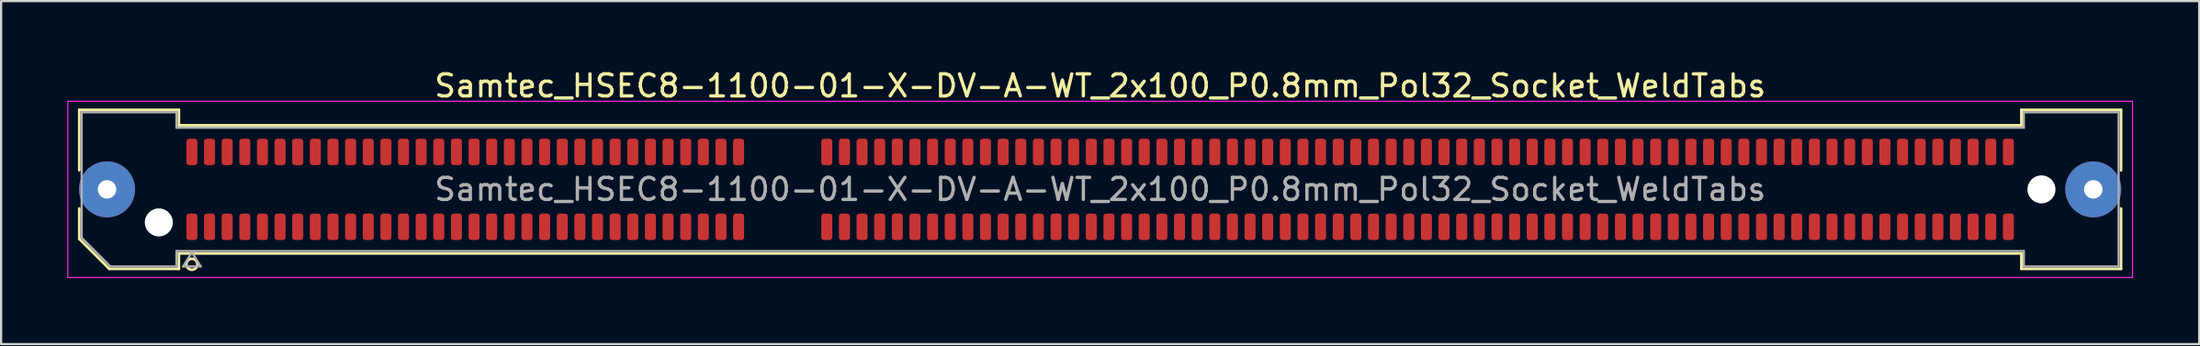
<source format=kicad_pcb>
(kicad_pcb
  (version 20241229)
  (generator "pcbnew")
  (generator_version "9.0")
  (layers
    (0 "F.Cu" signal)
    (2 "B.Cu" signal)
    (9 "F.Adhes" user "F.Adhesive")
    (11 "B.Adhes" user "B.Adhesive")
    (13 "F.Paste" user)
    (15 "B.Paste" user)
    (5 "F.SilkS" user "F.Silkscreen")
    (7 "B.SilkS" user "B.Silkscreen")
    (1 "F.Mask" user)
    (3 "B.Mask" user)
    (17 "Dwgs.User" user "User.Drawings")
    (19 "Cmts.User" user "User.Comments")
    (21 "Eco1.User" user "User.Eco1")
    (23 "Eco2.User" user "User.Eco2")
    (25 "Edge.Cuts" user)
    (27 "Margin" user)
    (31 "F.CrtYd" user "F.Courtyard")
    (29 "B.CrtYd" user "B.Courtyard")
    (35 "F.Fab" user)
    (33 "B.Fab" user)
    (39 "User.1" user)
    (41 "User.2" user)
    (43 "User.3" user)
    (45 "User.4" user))
  (footprint "Samtec_HSEC8-1100-01-X-DV-A-WT_2x100_P0.8mm_Pol32_Socket_WeldTabs"
    (layer "F.Cu")
    (at 46.855 5.548)
    (property "Reference" "Samtec_HSEC8-1100-01-X-DV-A-WT_2x100_P0.8mm_Pol32_Socket_WeldTabs" (at 0 -4.7 0) (layer "F.SilkS") (effects (font (size 1 1) (thickness 0.15))))
    (attr smd)
    (fp_line (start -46.31 -3.61) (end -41.79 -3.61) (stroke (width 0.12) (type solid)) (layer "F.SilkS"))
    (fp_line (start -46.31 -0.868) (end -46.31 -3.61) (stroke (width 0.12) (type solid)) (layer "F.SilkS"))
    (fp_line (start -46.31 2.246) (end -46.31 0.868) (stroke (width 0.12) (type solid)) (layer "F.SilkS"))
    (fp_line (start -44.946 3.61) (end -46.31 2.246) (stroke (width 0.12) (type solid)) (layer "F.SilkS"))
    (fp_line (start -41.79 -3.61) (end -41.79 -2.91) (stroke (width 0.12) (type solid)) (layer "F.SilkS"))
    (fp_line (start -41.79 -2.91) (end 41.79 -2.91) (stroke (width 0.12) (type solid)) (layer "F.SilkS"))
    (fp_line (start -41.79 2.91) (end -41.79 3.61) (stroke (width 0.12) (type solid)) (layer "F.SilkS"))
    (fp_line (start -41.79 3.61) (end -44.946 3.61) (stroke (width 0.12) (type solid)) (layer "F.SilkS"))
    (fp_line (start 41.79 -3.61) (end 46.31 -3.61) (stroke (width 0.12) (type solid)) (layer "F.SilkS"))
    (fp_line (start 41.79 -2.91) (end 41.79 -3.61) (stroke (width 0.12) (type solid)) (layer "F.SilkS"))
    (fp_line (start 41.79 2.91) (end -41.79 2.91) (stroke (width 0.12) (type solid)) (layer "F.SilkS"))
    (fp_line (start 41.79 3.61) (end 41.79 2.91) (stroke (width 0.12) (type solid)) (layer "F.SilkS"))
    (fp_line (start 46.31 -3.61) (end 46.31 -0.868) (stroke (width 0.12) (type solid)) (layer "F.SilkS"))
    (fp_line (start 46.31 0.868) (end 46.31 3.61) (stroke (width 0.12) (type solid)) (layer "F.SilkS"))
    (fp_line (start 46.31 3.61) (end 41.79 3.61) (stroke (width 0.12) (type solid)) (layer "F.SilkS"))
    (fp_arc (start -40.95 3.4) (mid -41.45 3.4) (end -40.95 3.4) (stroke (width 0.12) (type solid)) (layer "F.SilkS"))
    (fp_line (start -46.83 -4) (end -46.83 4) (stroke (width 0.05) (type solid)) (layer "F.CrtYd"))
    (fp_line (start -46.83 4) (end 46.83 4) (stroke (width 0.05) (type solid)) (layer "F.CrtYd"))
    (fp_line (start 46.83 -4) (end -46.83 -4) (stroke (width 0.05) (type solid)) (layer "F.CrtYd"))
    (fp_line (start 46.83 4) (end 46.83 -4) (stroke (width 0.05) (type solid)) (layer "F.CrtYd"))
    (fp_line (start -46.2 -3.5) (end -41.9 -3.5) (stroke (width 0.1) (type solid)) (layer "F.Fab"))
    (fp_line (start -46.2 2.2) (end -46.2 -3.5) (stroke (width 0.1) (type solid)) (layer "F.Fab"))
    (fp_line (start -44.9 3.5) (end -46.2 2.2) (stroke (width 0.1) (type solid)) (layer "F.Fab"))
    (fp_line (start -41.9 -3.5) (end -41.9 -2.8) (stroke (width 0.1) (type solid)) (layer "F.Fab"))
    (fp_line (start -41.9 -2.8) (end 41.9 -2.8) (stroke (width 0.1) (type solid)) (layer "F.Fab"))
    (fp_line (start -41.9 2.8) (end -41.9 3.5) (stroke (width 0.1) (type solid)) (layer "F.Fab"))
    (fp_line (start -41.9 3.5) (end -44.9 3.5) (stroke (width 0.1) (type solid)) (layer "F.Fab"))
    (fp_line (start -41.6 3.5) (end -41.2 2.86) (stroke (width 0.1) (type solid)) (layer "F.Fab"))
    (fp_line (start -41.2 2.86) (end -40.8 3.5) (stroke (width 0.1) (type solid)) (layer "F.Fab"))
    (fp_line (start -40.8 3.5) (end -41.6 3.5) (stroke (width 0.1) (type solid)) (layer "F.Fab"))
    (fp_line (start 41.9 -3.5) (end 46.2 -3.5) (stroke (width 0.1) (type solid)) (layer "F.Fab"))
    (fp_line (start 41.9 -2.8) (end 41.9 -3.5) (stroke (width 0.1) (type solid)) (layer "F.Fab"))
    (fp_line (start 41.9 2.8) (end -41.9 2.8) (stroke (width 0.1) (type solid)) (layer "F.Fab"))
    (fp_line (start 41.9 3.5) (end 41.9 2.8) (stroke (width 0.1) (type solid)) (layer "F.Fab"))
    (fp_line (start 46.2 -3.5) (end 46.2 3.5) (stroke (width 0.1) (type solid)) (layer "F.Fab"))
    (fp_line (start 46.2 3.5) (end 41.9 3.5) (stroke (width 0.1) (type solid)) (layer "F.Fab"))
    (fp_text user "${REFERENCE}" (at 0 0 0) (layer "F.Fab") (effects (font (size 1 1) (thickness 0.15))))
    (pad "" thru_hole circle (at -45.05 0) (size 2.54 2.54) (drill 0.84) (layers "*.Cu" "*.Mask" "F.Paste"))
    (pad "" np_thru_hole circle (at -42.7 1.5) (size 1.27 1.27) (drill 1.27) (layers "*.Cu" "*.Mask"))
    (pad "" np_thru_hole circle (at 42.7 0) (size 1.27 1.27) (drill 1.27) (layers "*.Cu" "*.Mask"))
    (pad "" thru_hole circle (at 45.05 0) (size 2.54 2.54) (drill 0.84) (layers "*.Cu" "*.Mask" "F.Paste"))
    (pad "1" smd roundrect (at -41.2 1.7) (size 0.5 1.2) (layers "F.Cu" "F.Mask" "F.Paste") (roundrect_rratio 0.25))
    (pad "2" smd roundrect (at -41.2 -1.7) (size 0.5 1.2) (layers "F.Cu" "F.Mask" "F.Paste") (roundrect_rratio 0.25))
    (pad "3" smd roundrect (at -40.4 1.7) (size 0.5 1.2) (layers "F.Cu" "F.Mask" "F.Paste") (roundrect_rratio 0.25))
    (pad "4" smd roundrect (at -40.4 -1.7) (size 0.5 1.2) (layers "F.Cu" "F.Mask" "F.Paste") (roundrect_rratio 0.25))
    (pad "5" smd roundrect (at -39.6 1.7) (size 0.5 1.2) (layers "F.Cu" "F.Mask" "F.Paste") (roundrect_rratio 0.25))
    (pad "6" smd roundrect (at -39.6 -1.7) (size 0.5 1.2) (layers "F.Cu" "F.Mask" "F.Paste") (roundrect_rratio 0.25))
    (pad "7" smd roundrect (at -38.8 1.7) (size 0.5 1.2) (layers "F.Cu" "F.Mask" "F.Paste") (roundrect_rratio 0.25))
    (pad "8" smd roundrect (at -38.8 -1.7) (size 0.5 1.2) (layers "F.Cu" "F.Mask" "F.Paste") (roundrect_rratio 0.25))
    (pad "9" smd roundrect (at -38 1.7) (size 0.5 1.2) (layers "F.Cu" "F.Mask" "F.Paste") (roundrect_rratio 0.25))
    (pad "10" smd roundrect (at -38 -1.7) (size 0.5 1.2) (layers "F.Cu" "F.Mask" "F.Paste") (roundrect_rratio 0.25))
    (pad "11" smd roundrect (at -37.2 1.7) (size 0.5 1.2) (layers "F.Cu" "F.Mask" "F.Paste") (roundrect_rratio 0.25))
    (pad "12" smd roundrect (at -37.2 -1.7) (size 0.5 1.2) (layers "F.Cu" "F.Mask" "F.Paste") (roundrect_rratio 0.25))
    (pad "13" smd roundrect (at -36.4 1.7) (size 0.5 1.2) (layers "F.Cu" "F.Mask" "F.Paste") (roundrect_rratio 0.25))
    (pad "14" smd roundrect (at -36.4 -1.7) (size 0.5 1.2) (layers "F.Cu" "F.Mask" "F.Paste") (roundrect_rratio 0.25))
    (pad "15" smd roundrect (at -35.6 1.7) (size 0.5 1.2) (layers "F.Cu" "F.Mask" "F.Paste") (roundrect_rratio 0.25))
    (pad "16" smd roundrect (at -35.6 -1.7) (size 0.5 1.2) (layers "F.Cu" "F.Mask" "F.Paste") (roundrect_rratio 0.25))
    (pad "17" smd roundrect (at -34.8 1.7) (size 0.5 1.2) (layers "F.Cu" "F.Mask" "F.Paste") (roundrect_rratio 0.25))
    (pad "18" smd roundrect (at -34.8 -1.7) (size 0.5 1.2) (layers "F.Cu" "F.Mask" "F.Paste") (roundrect_rratio 0.25))
    (pad "19" smd roundrect (at -34 1.7) (size 0.5 1.2) (layers "F.Cu" "F.Mask" "F.Paste") (roundrect_rratio 0.25))
    (pad "20" smd roundrect (at -34 -1.7) (size 0.5 1.2) (layers "F.Cu" "F.Mask" "F.Paste") (roundrect_rratio 0.25))
    (pad "21" smd roundrect (at -33.2 1.7) (size 0.5 1.2) (layers "F.Cu" "F.Mask" "F.Paste") (roundrect_rratio 0.25))
    (pad "22" smd roundrect (at -33.2 -1.7) (size 0.5 1.2) (layers "F.Cu" "F.Mask" "F.Paste") (roundrect_rratio 0.25))
    (pad "23" smd roundrect (at -32.4 1.7) (size 0.5 1.2) (layers "F.Cu" "F.Mask" "F.Paste") (roundrect_rratio 0.25))
    (pad "24" smd roundrect (at -32.4 -1.7) (size 0.5 1.2) (layers "F.Cu" "F.Mask" "F.Paste") (roundrect_rratio 0.25))
    (pad "25" smd roundrect (at -31.6 1.7) (size 0.5 1.2) (layers "F.Cu" "F.Mask" "F.Paste") (roundrect_rratio 0.25))
    (pad "26" smd roundrect (at -31.6 -1.7) (size 0.5 1.2) (layers "F.Cu" "F.Mask" "F.Paste") (roundrect_rratio 0.25))
    (pad "27" smd roundrect (at -30.8 1.7) (size 0.5 1.2) (layers "F.Cu" "F.Mask" "F.Paste") (roundrect_rratio 0.25))
    (pad "28" smd roundrect (at -30.8 -1.7) (size 0.5 1.2) (layers "F.Cu" "F.Mask" "F.Paste") (roundrect_rratio 0.25))
    (pad "29" smd roundrect (at -30 1.7) (size 0.5 1.2) (layers "F.Cu" "F.Mask" "F.Paste") (roundrect_rratio 0.25))
    (pad "30" smd roundrect (at -30 -1.7) (size 0.5 1.2) (layers "F.Cu" "F.Mask" "F.Paste") (roundrect_rratio 0.25))
    (pad "31" smd roundrect (at -29.2 1.7) (size 0.5 1.2) (layers "F.Cu" "F.Mask" "F.Paste") (roundrect_rratio 0.25))
    (pad "32" smd roundrect (at -29.2 -1.7) (size 0.5 1.2) (layers "F.Cu" "F.Mask" "F.Paste") (roundrect_rratio 0.25))
    (pad "33" smd roundrect (at -28.4 1.7) (size 0.5 1.2) (layers "F.Cu" "F.Mask" "F.Paste") (roundrect_rratio 0.25))
    (pad "34" smd roundrect (at -28.4 -1.7) (size 0.5 1.2) (layers "F.Cu" "F.Mask" "F.Paste") (roundrect_rratio 0.25))
    (pad "35" smd roundrect (at -27.6 1.7) (size 0.5 1.2) (layers "F.Cu" "F.Mask" "F.Paste") (roundrect_rratio 0.25))
    (pad "36" smd roundrect (at -27.6 -1.7) (size 0.5 1.2) (layers "F.Cu" "F.Mask" "F.Paste") (roundrect_rratio 0.25))
    (pad "37" smd roundrect (at -26.8 1.7) (size 0.5 1.2) (layers "F.Cu" "F.Mask" "F.Paste") (roundrect_rratio 0.25))
    (pad "38" smd roundrect (at -26.8 -1.7) (size 0.5 1.2) (layers "F.Cu" "F.Mask" "F.Paste") (roundrect_rratio 0.25))
    (pad "39" smd roundrect (at -26 1.7) (size 0.5 1.2) (layers "F.Cu" "F.Mask" "F.Paste") (roundrect_rratio 0.25))
    (pad "40" smd roundrect (at -26 -1.7) (size 0.5 1.2) (layers "F.Cu" "F.Mask" "F.Paste") (roundrect_rratio 0.25))
    (pad "41" smd roundrect (at -25.2 1.7) (size 0.5 1.2) (layers "F.Cu" "F.Mask" "F.Paste") (roundrect_rratio 0.25))
    (pad "42" smd roundrect (at -25.2 -1.7) (size 0.5 1.2) (layers "F.Cu" "F.Mask" "F.Paste") (roundrect_rratio 0.25))
    (pad "43" smd roundrect (at -24.4 1.7) (size 0.5 1.2) (layers "F.Cu" "F.Mask" "F.Paste") (roundrect_rratio 0.25))
    (pad "44" smd roundrect (at -24.4 -1.7) (size 0.5 1.2) (layers "F.Cu" "F.Mask" "F.Paste") (roundrect_rratio 0.25))
    (pad "45" smd roundrect (at -23.6 1.7) (size 0.5 1.2) (layers "F.Cu" "F.Mask" "F.Paste") (roundrect_rratio 0.25))
    (pad "46" smd roundrect (at -23.6 -1.7) (size 0.5 1.2) (layers "F.Cu" "F.Mask" "F.Paste") (roundrect_rratio 0.25))
    (pad "47" smd roundrect (at -22.8 1.7) (size 0.5 1.2) (layers "F.Cu" "F.Mask" "F.Paste") (roundrect_rratio 0.25))
    (pad "48" smd roundrect (at -22.8 -1.7) (size 0.5 1.2) (layers "F.Cu" "F.Mask" "F.Paste") (roundrect_rratio 0.25))
    (pad "49" smd roundrect (at -22 1.7) (size 0.5 1.2) (layers "F.Cu" "F.Mask" "F.Paste") (roundrect_rratio 0.25))
    (pad "50" smd roundrect (at -22 -1.7) (size 0.5 1.2) (layers "F.Cu" "F.Mask" "F.Paste") (roundrect_rratio 0.25))
    (pad "51" smd roundrect (at -21.2 1.7) (size 0.5 1.2) (layers "F.Cu" "F.Mask" "F.Paste") (roundrect_rratio 0.25))
    (pad "52" smd roundrect (at -21.2 -1.7) (size 0.5 1.2) (layers "F.Cu" "F.Mask" "F.Paste") (roundrect_rratio 0.25))
    (pad "53" smd roundrect (at -20.4 1.7) (size 0.5 1.2) (layers "F.Cu" "F.Mask" "F.Paste") (roundrect_rratio 0.25))
    (pad "54" smd roundrect (at -20.4 -1.7) (size 0.5 1.2) (layers "F.Cu" "F.Mask" "F.Paste") (roundrect_rratio 0.25))
    (pad "55" smd roundrect (at -19.6 1.7) (size 0.5 1.2) (layers "F.Cu" "F.Mask" "F.Paste") (roundrect_rratio 0.25))
    (pad "56" smd roundrect (at -19.6 -1.7) (size 0.5 1.2) (layers "F.Cu" "F.Mask" "F.Paste") (roundrect_rratio 0.25))
    (pad "57" smd roundrect (at -18.8 1.7) (size 0.5 1.2) (layers "F.Cu" "F.Mask" "F.Paste") (roundrect_rratio 0.25))
    (pad "58" smd roundrect (at -18.8 -1.7) (size 0.5 1.2) (layers "F.Cu" "F.Mask" "F.Paste") (roundrect_rratio 0.25))
    (pad "59" smd roundrect (at -18 1.7) (size 0.5 1.2) (layers "F.Cu" "F.Mask" "F.Paste") (roundrect_rratio 0.25))
    (pad "60" smd roundrect (at -18 -1.7) (size 0.5 1.2) (layers "F.Cu" "F.Mask" "F.Paste") (roundrect_rratio 0.25))
    (pad "61" smd roundrect (at -17.2 1.7) (size 0.5 1.2) (layers "F.Cu" "F.Mask" "F.Paste") (roundrect_rratio 0.25))
    (pad "62" smd roundrect (at -17.2 -1.7) (size 0.5 1.2) (layers "F.Cu" "F.Mask" "F.Paste") (roundrect_rratio 0.25))
    (pad "63" smd roundrect (at -16.4 1.7) (size 0.5 1.2) (layers "F.Cu" "F.Mask" "F.Paste") (roundrect_rratio 0.25))
    (pad "64" smd roundrect (at -16.4 -1.7) (size 0.5 1.2) (layers "F.Cu" "F.Mask" "F.Paste") (roundrect_rratio 0.25))
    (pad "65" smd roundrect (at -12.4 1.7) (size 0.5 1.2) (layers "F.Cu" "F.Mask" "F.Paste") (roundrect_rratio 0.25))
    (pad "66" smd roundrect (at -12.4 -1.7) (size 0.5 1.2) (layers "F.Cu" "F.Mask" "F.Paste") (roundrect_rratio 0.25))
    (pad "67" smd roundrect (at -11.6 1.7) (size 0.5 1.2) (layers "F.Cu" "F.Mask" "F.Paste") (roundrect_rratio 0.25))
    (pad "68" smd roundrect (at -11.6 -1.7) (size 0.5 1.2) (layers "F.Cu" "F.Mask" "F.Paste") (roundrect_rratio 0.25))
    (pad "69" smd roundrect (at -10.8 1.7) (size 0.5 1.2) (layers "F.Cu" "F.Mask" "F.Paste") (roundrect_rratio 0.25))
    (pad "70" smd roundrect (at -10.8 -1.7) (size 0.5 1.2) (layers "F.Cu" "F.Mask" "F.Paste") (roundrect_rratio 0.25))
    (pad "71" smd roundrect (at -10 1.7) (size 0.5 1.2) (layers "F.Cu" "F.Mask" "F.Paste") (roundrect_rratio 0.25))
    (pad "72" smd roundrect (at -10 -1.7) (size 0.5 1.2) (layers "F.Cu" "F.Mask" "F.Paste") (roundrect_rratio 0.25))
    (pad "73" smd roundrect (at -9.2 1.7) (size 0.5 1.2) (layers "F.Cu" "F.Mask" "F.Paste") (roundrect_rratio 0.25))
    (pad "74" smd roundrect (at -9.2 -1.7) (size 0.5 1.2) (layers "F.Cu" "F.Mask" "F.Paste") (roundrect_rratio 0.25))
    (pad "75" smd roundrect (at -8.4 1.7) (size 0.5 1.2) (layers "F.Cu" "F.Mask" "F.Paste") (roundrect_rratio 0.25))
    (pad "76" smd roundrect (at -8.4 -1.7) (size 0.5 1.2) (layers "F.Cu" "F.Mask" "F.Paste") (roundrect_rratio 0.25))
    (pad "77" smd roundrect (at -7.6 1.7) (size 0.5 1.2) (layers "F.Cu" "F.Mask" "F.Paste") (roundrect_rratio 0.25))
    (pad "78" smd roundrect (at -7.6 -1.7) (size 0.5 1.2) (layers "F.Cu" "F.Mask" "F.Paste") (roundrect_rratio 0.25))
    (pad "79" smd roundrect (at -6.8 1.7) (size 0.5 1.2) (layers "F.Cu" "F.Mask" "F.Paste") (roundrect_rratio 0.25))
    (pad "80" smd roundrect (at -6.8 -1.7) (size 0.5 1.2) (layers "F.Cu" "F.Mask" "F.Paste") (roundrect_rratio 0.25))
    (pad "81" smd roundrect (at -6 1.7) (size 0.5 1.2) (layers "F.Cu" "F.Mask" "F.Paste") (roundrect_rratio 0.25))
    (pad "82" smd roundrect (at -6 -1.7) (size 0.5 1.2) (layers "F.Cu" "F.Mask" "F.Paste") (roundrect_rratio 0.25))
    (pad "83" smd roundrect (at -5.2 1.7) (size 0.5 1.2) (layers "F.Cu" "F.Mask" "F.Paste") (roundrect_rratio 0.25))
    (pad "84" smd roundrect (at -5.2 -1.7) (size 0.5 1.2) (layers "F.Cu" "F.Mask" "F.Paste") (roundrect_rratio 0.25))
    (pad "85" smd roundrect (at -4.4 1.7) (size 0.5 1.2) (layers "F.Cu" "F.Mask" "F.Paste") (roundrect_rratio 0.25))
    (pad "86" smd roundrect (at -4.4 -1.7) (size 0.5 1.2) (layers "F.Cu" "F.Mask" "F.Paste") (roundrect_rratio 0.25))
    (pad "87" smd roundrect (at -3.6 1.7) (size 0.5 1.2) (layers "F.Cu" "F.Mask" "F.Paste") (roundrect_rratio 0.25))
    (pad "88" smd roundrect (at -3.6 -1.7) (size 0.5 1.2) (layers "F.Cu" "F.Mask" "F.Paste") (roundrect_rratio 0.25))
    (pad "89" smd roundrect (at -2.8 1.7) (size 0.5 1.2) (layers "F.Cu" "F.Mask" "F.Paste") (roundrect_rratio 0.25))
    (pad "90" smd roundrect (at -2.8 -1.7) (size 0.5 1.2) (layers "F.Cu" "F.Mask" "F.Paste") (roundrect_rratio 0.25))
    (pad "91" smd roundrect (at -2 1.7) (size 0.5 1.2) (layers "F.Cu" "F.Mask" "F.Paste") (roundrect_rratio 0.25))
    (pad "92" smd roundrect (at -2 -1.7) (size 0.5 1.2) (layers "F.Cu" "F.Mask" "F.Paste") (roundrect_rratio 0.25))
    (pad "93" smd roundrect (at -1.2 1.7) (size 0.5 1.2) (layers "F.Cu" "F.Mask" "F.Paste") (roundrect_rratio 0.25))
    (pad "94" smd roundrect (at -1.2 -1.7) (size 0.5 1.2) (layers "F.Cu" "F.Mask" "F.Paste") (roundrect_rratio 0.25))
    (pad "95" smd roundrect (at -0.4 1.7) (size 0.5 1.2) (layers "F.Cu" "F.Mask" "F.Paste") (roundrect_rratio 0.25))
    (pad "96" smd roundrect (at -0.4 -1.7) (size 0.5 1.2) (layers "F.Cu" "F.Mask" "F.Paste") (roundrect_rratio 0.25))
    (pad "97" smd roundrect (at 0.4 1.7) (size 0.5 1.2) (layers "F.Cu" "F.Mask" "F.Paste") (roundrect_rratio 0.25))
    (pad "98" smd roundrect (at 0.4 -1.7) (size 0.5 1.2) (layers "F.Cu" "F.Mask" "F.Paste") (roundrect_rratio 0.25))
    (pad "99" smd roundrect (at 1.2 1.7) (size 0.5 1.2) (layers "F.Cu" "F.Mask" "F.Paste") (roundrect_rratio 0.25))
    (pad "100" smd roundrect (at 1.2 -1.7) (size 0.5 1.2) (layers "F.Cu" "F.Mask" "F.Paste") (roundrect_rratio 0.25))
    (pad "101" smd roundrect (at 2 1.7) (size 0.5 1.2) (layers "F.Cu" "F.Mask" "F.Paste") (roundrect_rratio 0.25))
    (pad "102" smd roundrect (at 2 -1.7) (size 0.5 1.2) (layers "F.Cu" "F.Mask" "F.Paste") (roundrect_rratio 0.25))
    (pad "103" smd roundrect (at 2.8 1.7) (size 0.5 1.2) (layers "F.Cu" "F.Mask" "F.Paste") (roundrect_rratio 0.25))
    (pad "104" smd roundrect (at 2.8 -1.7) (size 0.5 1.2) (layers "F.Cu" "F.Mask" "F.Paste") (roundrect_rratio 0.25))
    (pad "105" smd roundrect (at 3.6 1.7) (size 0.5 1.2) (layers "F.Cu" "F.Mask" "F.Paste") (roundrect_rratio 0.25))
    (pad "106" smd roundrect (at 3.6 -1.7) (size 0.5 1.2) (layers "F.Cu" "F.Mask" "F.Paste") (roundrect_rratio 0.25))
    (pad "107" smd roundrect (at 4.4 1.7) (size 0.5 1.2) (layers "F.Cu" "F.Mask" "F.Paste") (roundrect_rratio 0.25))
    (pad "108" smd roundrect (at 4.4 -1.7) (size 0.5 1.2) (layers "F.Cu" "F.Mask" "F.Paste") (roundrect_rratio 0.25))
    (pad "109" smd roundrect (at 5.2 1.7) (size 0.5 1.2) (layers "F.Cu" "F.Mask" "F.Paste") (roundrect_rratio 0.25))
    (pad "110" smd roundrect (at 5.2 -1.7) (size 0.5 1.2) (layers "F.Cu" "F.Mask" "F.Paste") (roundrect_rratio 0.25))
    (pad "111" smd roundrect (at 6 1.7) (size 0.5 1.2) (layers "F.Cu" "F.Mask" "F.Paste") (roundrect_rratio 0.25))
    (pad "112" smd roundrect (at 6 -1.7) (size 0.5 1.2) (layers "F.Cu" "F.Mask" "F.Paste") (roundrect_rratio 0.25))
    (pad "113" smd roundrect (at 6.8 1.7) (size 0.5 1.2) (layers "F.Cu" "F.Mask" "F.Paste") (roundrect_rratio 0.25))
    (pad "114" smd roundrect (at 6.8 -1.7) (size 0.5 1.2) (layers "F.Cu" "F.Mask" "F.Paste") (roundrect_rratio 0.25))
    (pad "115" smd roundrect (at 7.6 1.7) (size 0.5 1.2) (layers "F.Cu" "F.Mask" "F.Paste") (roundrect_rratio 0.25))
    (pad "116" smd roundrect (at 7.6 -1.7) (size 0.5 1.2) (layers "F.Cu" "F.Mask" "F.Paste") (roundrect_rratio 0.25))
    (pad "117" smd roundrect (at 8.4 1.7) (size 0.5 1.2) (layers "F.Cu" "F.Mask" "F.Paste") (roundrect_rratio 0.25))
    (pad "118" smd roundrect (at 8.4 -1.7) (size 0.5 1.2) (layers "F.Cu" "F.Mask" "F.Paste") (roundrect_rratio 0.25))
    (pad "119" smd roundrect (at 9.2 1.7) (size 0.5 1.2) (layers "F.Cu" "F.Mask" "F.Paste") (roundrect_rratio 0.25))
    (pad "120" smd roundrect (at 9.2 -1.7) (size 0.5 1.2) (layers "F.Cu" "F.Mask" "F.Paste") (roundrect_rratio 0.25))
    (pad "121" smd roundrect (at 10 1.7) (size 0.5 1.2) (layers "F.Cu" "F.Mask" "F.Paste") (roundrect_rratio 0.25))
    (pad "122" smd roundrect (at 10 -1.7) (size 0.5 1.2) (layers "F.Cu" "F.Mask" "F.Paste") (roundrect_rratio 0.25))
    (pad "123" smd roundrect (at 10.8 1.7) (size 0.5 1.2) (layers "F.Cu" "F.Mask" "F.Paste") (roundrect_rratio 0.25))
    (pad "124" smd roundrect (at 10.8 -1.7) (size 0.5 1.2) (layers "F.Cu" "F.Mask" "F.Paste") (roundrect_rratio 0.25))
    (pad "125" smd roundrect (at 11.6 1.7) (size 0.5 1.2) (layers "F.Cu" "F.Mask" "F.Paste") (roundrect_rratio 0.25))
    (pad "126" smd roundrect (at 11.6 -1.7) (size 0.5 1.2) (layers "F.Cu" "F.Mask" "F.Paste") (roundrect_rratio 0.25))
    (pad "127" smd roundrect (at 12.4 1.7) (size 0.5 1.2) (layers "F.Cu" "F.Mask" "F.Paste") (roundrect_rratio 0.25))
    (pad "128" smd roundrect (at 12.4 -1.7) (size 0.5 1.2) (layers "F.Cu" "F.Mask" "F.Paste") (roundrect_rratio 0.25))
    (pad "129" smd roundrect (at 13.2 1.7) (size 0.5 1.2) (layers "F.Cu" "F.Mask" "F.Paste") (roundrect_rratio 0.25))
    (pad "130" smd roundrect (at 13.2 -1.7) (size 0.5 1.2) (layers "F.Cu" "F.Mask" "F.Paste") (roundrect_rratio 0.25))
    (pad "131" smd roundrect (at 14 1.7) (size 0.5 1.2) (layers "F.Cu" "F.Mask" "F.Paste") (roundrect_rratio 0.25))
    (pad "132" smd roundrect (at 14 -1.7) (size 0.5 1.2) (layers "F.Cu" "F.Mask" "F.Paste") (roundrect_rratio 0.25))
    (pad "133" smd roundrect (at 14.8 1.7) (size 0.5 1.2) (layers "F.Cu" "F.Mask" "F.Paste") (roundrect_rratio 0.25))
    (pad "134" smd roundrect (at 14.8 -1.7) (size 0.5 1.2) (layers "F.Cu" "F.Mask" "F.Paste") (roundrect_rratio 0.25))
    (pad "135" smd roundrect (at 15.6 1.7) (size 0.5 1.2) (layers "F.Cu" "F.Mask" "F.Paste") (roundrect_rratio 0.25))
    (pad "136" smd roundrect (at 15.6 -1.7) (size 0.5 1.2) (layers "F.Cu" "F.Mask" "F.Paste") (roundrect_rratio 0.25))
    (pad "137" smd roundrect (at 16.4 1.7) (size 0.5 1.2) (layers "F.Cu" "F.Mask" "F.Paste") (roundrect_rratio 0.25))
    (pad "138" smd roundrect (at 16.4 -1.7) (size 0.5 1.2) (layers "F.Cu" "F.Mask" "F.Paste") (roundrect_rratio 0.25))
    (pad "139" smd roundrect (at 17.2 1.7) (size 0.5 1.2) (layers "F.Cu" "F.Mask" "F.Paste") (roundrect_rratio 0.25))
    (pad "140" smd roundrect (at 17.2 -1.7) (size 0.5 1.2) (layers "F.Cu" "F.Mask" "F.Paste") (roundrect_rratio 0.25))
    (pad "141" smd roundrect (at 18 1.7) (size 0.5 1.2) (layers "F.Cu" "F.Mask" "F.Paste") (roundrect_rratio 0.25))
    (pad "142" smd roundrect (at 18 -1.7) (size 0.5 1.2) (layers "F.Cu" "F.Mask" "F.Paste") (roundrect_rratio 0.25))
    (pad "143" smd roundrect (at 18.8 1.7) (size 0.5 1.2) (layers "F.Cu" "F.Mask" "F.Paste") (roundrect_rratio 0.25))
    (pad "144" smd roundrect (at 18.8 -1.7) (size 0.5 1.2) (layers "F.Cu" "F.Mask" "F.Paste") (roundrect_rratio 0.25))
    (pad "145" smd roundrect (at 19.6 1.7) (size 0.5 1.2) (layers "F.Cu" "F.Mask" "F.Paste") (roundrect_rratio 0.25))
    (pad "146" smd roundrect (at 19.6 -1.7) (size 0.5 1.2) (layers "F.Cu" "F.Mask" "F.Paste") (roundrect_rratio 0.25))
    (pad "147" smd roundrect (at 20.4 1.7) (size 0.5 1.2) (layers "F.Cu" "F.Mask" "F.Paste") (roundrect_rratio 0.25))
    (pad "148" smd roundrect (at 20.4 -1.7) (size 0.5 1.2) (layers "F.Cu" "F.Mask" "F.Paste") (roundrect_rratio 0.25))
    (pad "149" smd roundrect (at 21.2 1.7) (size 0.5 1.2) (layers "F.Cu" "F.Mask" "F.Paste") (roundrect_rratio 0.25))
    (pad "150" smd roundrect (at 21.2 -1.7) (size 0.5 1.2) (layers "F.Cu" "F.Mask" "F.Paste") (roundrect_rratio 0.25))
    (pad "151" smd roundrect (at 22 1.7) (size 0.5 1.2) (layers "F.Cu" "F.Mask" "F.Paste") (roundrect_rratio 0.25))
    (pad "152" smd roundrect (at 22 -1.7) (size 0.5 1.2) (layers "F.Cu" "F.Mask" "F.Paste") (roundrect_rratio 0.25))
    (pad "153" smd roundrect (at 22.8 1.7) (size 0.5 1.2) (layers "F.Cu" "F.Mask" "F.Paste") (roundrect_rratio 0.25))
    (pad "154" smd roundrect (at 22.8 -1.7) (size 0.5 1.2) (layers "F.Cu" "F.Mask" "F.Paste") (roundrect_rratio 0.25))
    (pad "155" smd roundrect (at 23.6 1.7) (size 0.5 1.2) (layers "F.Cu" "F.Mask" "F.Paste") (roundrect_rratio 0.25))
    (pad "156" smd roundrect (at 23.6 -1.7) (size 0.5 1.2) (layers "F.Cu" "F.Mask" "F.Paste") (roundrect_rratio 0.25))
    (pad "157" smd roundrect (at 24.4 1.7) (size 0.5 1.2) (layers "F.Cu" "F.Mask" "F.Paste") (roundrect_rratio 0.25))
    (pad "158" smd roundrect (at 24.4 -1.7) (size 0.5 1.2) (layers "F.Cu" "F.Mask" "F.Paste") (roundrect_rratio 0.25))
    (pad "159" smd roundrect (at 25.2 1.7) (size 0.5 1.2) (layers "F.Cu" "F.Mask" "F.Paste") (roundrect_rratio 0.25))
    (pad "160" smd roundrect (at 25.2 -1.7) (size 0.5 1.2) (layers "F.Cu" "F.Mask" "F.Paste") (roundrect_rratio 0.25))
    (pad "161" smd roundrect (at 26 1.7) (size 0.5 1.2) (layers "F.Cu" "F.Mask" "F.Paste") (roundrect_rratio 0.25))
    (pad "162" smd roundrect (at 26 -1.7) (size 0.5 1.2) (layers "F.Cu" "F.Mask" "F.Paste") (roundrect_rratio 0.25))
    (pad "163" smd roundrect (at 26.8 1.7) (size 0.5 1.2) (layers "F.Cu" "F.Mask" "F.Paste") (roundrect_rratio 0.25))
    (pad "164" smd roundrect (at 26.8 -1.7) (size 0.5 1.2) (layers "F.Cu" "F.Mask" "F.Paste") (roundrect_rratio 0.25))
    (pad "165" smd roundrect (at 27.6 1.7) (size 0.5 1.2) (layers "F.Cu" "F.Mask" "F.Paste") (roundrect_rratio 0.25))
    (pad "166" smd roundrect (at 27.6 -1.7) (size 0.5 1.2) (layers "F.Cu" "F.Mask" "F.Paste") (roundrect_rratio 0.25))
    (pad "167" smd roundrect (at 28.4 1.7) (size 0.5 1.2) (layers "F.Cu" "F.Mask" "F.Paste") (roundrect_rratio 0.25))
    (pad "168" smd roundrect (at 28.4 -1.7) (size 0.5 1.2) (layers "F.Cu" "F.Mask" "F.Paste") (roundrect_rratio 0.25))
    (pad "169" smd roundrect (at 29.2 1.7) (size 0.5 1.2) (layers "F.Cu" "F.Mask" "F.Paste") (roundrect_rratio 0.25))
    (pad "170" smd roundrect (at 29.2 -1.7) (size 0.5 1.2) (layers "F.Cu" "F.Mask" "F.Paste") (roundrect_rratio 0.25))
    (pad "171" smd roundrect (at 30 1.7) (size 0.5 1.2) (layers "F.Cu" "F.Mask" "F.Paste") (roundrect_rratio 0.25))
    (pad "172" smd roundrect (at 30 -1.7) (size 0.5 1.2) (layers "F.Cu" "F.Mask" "F.Paste") (roundrect_rratio 0.25))
    (pad "173" smd roundrect (at 30.8 1.7) (size 0.5 1.2) (layers "F.Cu" "F.Mask" "F.Paste") (roundrect_rratio 0.25))
    (pad "174" smd roundrect (at 30.8 -1.7) (size 0.5 1.2) (layers "F.Cu" "F.Mask" "F.Paste") (roundrect_rratio 0.25))
    (pad "175" smd roundrect (at 31.6 1.7) (size 0.5 1.2) (layers "F.Cu" "F.Mask" "F.Paste") (roundrect_rratio 0.25))
    (pad "176" smd roundrect (at 31.6 -1.7) (size 0.5 1.2) (layers "F.Cu" "F.Mask" "F.Paste") (roundrect_rratio 0.25))
    (pad "177" smd roundrect (at 32.4 1.7) (size 0.5 1.2) (layers "F.Cu" "F.Mask" "F.Paste") (roundrect_rratio 0.25))
    (pad "178" smd roundrect (at 32.4 -1.7) (size 0.5 1.2) (layers "F.Cu" "F.Mask" "F.Paste") (roundrect_rratio 0.25))
    (pad "179" smd roundrect (at 33.2 1.7) (size 0.5 1.2) (layers "F.Cu" "F.Mask" "F.Paste") (roundrect_rratio 0.25))
    (pad "180" smd roundrect (at 33.2 -1.7) (size 0.5 1.2) (layers "F.Cu" "F.Mask" "F.Paste") (roundrect_rratio 0.25))
    (pad "181" smd roundrect (at 34 1.7) (size 0.5 1.2) (layers "F.Cu" "F.Mask" "F.Paste") (roundrect_rratio 0.25))
    (pad "182" smd roundrect (at 34 -1.7) (size 0.5 1.2) (layers "F.Cu" "F.Mask" "F.Paste") (roundrect_rratio 0.25))
    (pad "183" smd roundrect (at 34.8 1.7) (size 0.5 1.2) (layers "F.Cu" "F.Mask" "F.Paste") (roundrect_rratio 0.25))
    (pad "184" smd roundrect (at 34.8 -1.7) (size 0.5 1.2) (layers "F.Cu" "F.Mask" "F.Paste") (roundrect_rratio 0.25))
    (pad "185" smd roundrect (at 35.6 1.7) (size 0.5 1.2) (layers "F.Cu" "F.Mask" "F.Paste") (roundrect_rratio 0.25))
    (pad "186" smd roundrect (at 35.6 -1.7) (size 0.5 1.2) (layers "F.Cu" "F.Mask" "F.Paste") (roundrect_rratio 0.25))
    (pad "187" smd roundrect (at 36.4 1.7) (size 0.5 1.2) (layers "F.Cu" "F.Mask" "F.Paste") (roundrect_rratio 0.25))
    (pad "188" smd roundrect (at 36.4 -1.7) (size 0.5 1.2) (layers "F.Cu" "F.Mask" "F.Paste") (roundrect_rratio 0.25))
    (pad "189" smd roundrect (at 37.2 1.7) (size 0.5 1.2) (layers "F.Cu" "F.Mask" "F.Paste") (roundrect_rratio 0.25))
    (pad "190" smd roundrect (at 37.2 -1.7) (size 0.5 1.2) (layers "F.Cu" "F.Mask" "F.Paste") (roundrect_rratio 0.25))
    (pad "191" smd roundrect (at 38 1.7) (size 0.5 1.2) (layers "F.Cu" "F.Mask" "F.Paste") (roundrect_rratio 0.25))
    (pad "192" smd roundrect (at 38 -1.7) (size 0.5 1.2) (layers "F.Cu" "F.Mask" "F.Paste") (roundrect_rratio 0.25))
    (pad "193" smd roundrect (at 38.8 1.7) (size 0.5 1.2) (layers "F.Cu" "F.Mask" "F.Paste") (roundrect_rratio 0.25))
    (pad "194" smd roundrect (at 38.8 -1.7) (size 0.5 1.2) (layers "F.Cu" "F.Mask" "F.Paste") (roundrect_rratio 0.25))
    (pad "195" smd roundrect (at 39.6 1.7) (size 0.5 1.2) (layers "F.Cu" "F.Mask" "F.Paste") (roundrect_rratio 0.25))
    (pad "196" smd roundrect (at 39.6 -1.7) (size 0.5 1.2) (layers "F.Cu" "F.Mask" "F.Paste") (roundrect_rratio 0.25))
    (pad "197" smd roundrect (at 40.4 1.7) (size 0.5 1.2) (layers "F.Cu" "F.Mask" "F.Paste") (roundrect_rratio 0.25))
    (pad "198" smd roundrect (at 40.4 -1.7) (size 0.5 1.2) (layers "F.Cu" "F.Mask" "F.Paste") (roundrect_rratio 0.25))
    (pad "199" smd roundrect (at 41.2 1.7) (size 0.5 1.2) (layers "F.Cu" "F.Mask" "F.Paste") (roundrect_rratio 0.25))
    (pad "200" smd roundrect (at 41.2 -1.7) (size 0.5 1.2) (layers "F.Cu" "F.Mask" "F.Paste") (roundrect_rratio 0.25)))
  (gr_rect
    (start -3 -3)
    (end 96.71 12.573)
    (stroke (width 0.1) (type default))
    (fill no)
    (layer "Edge.Cuts")))
</source>
